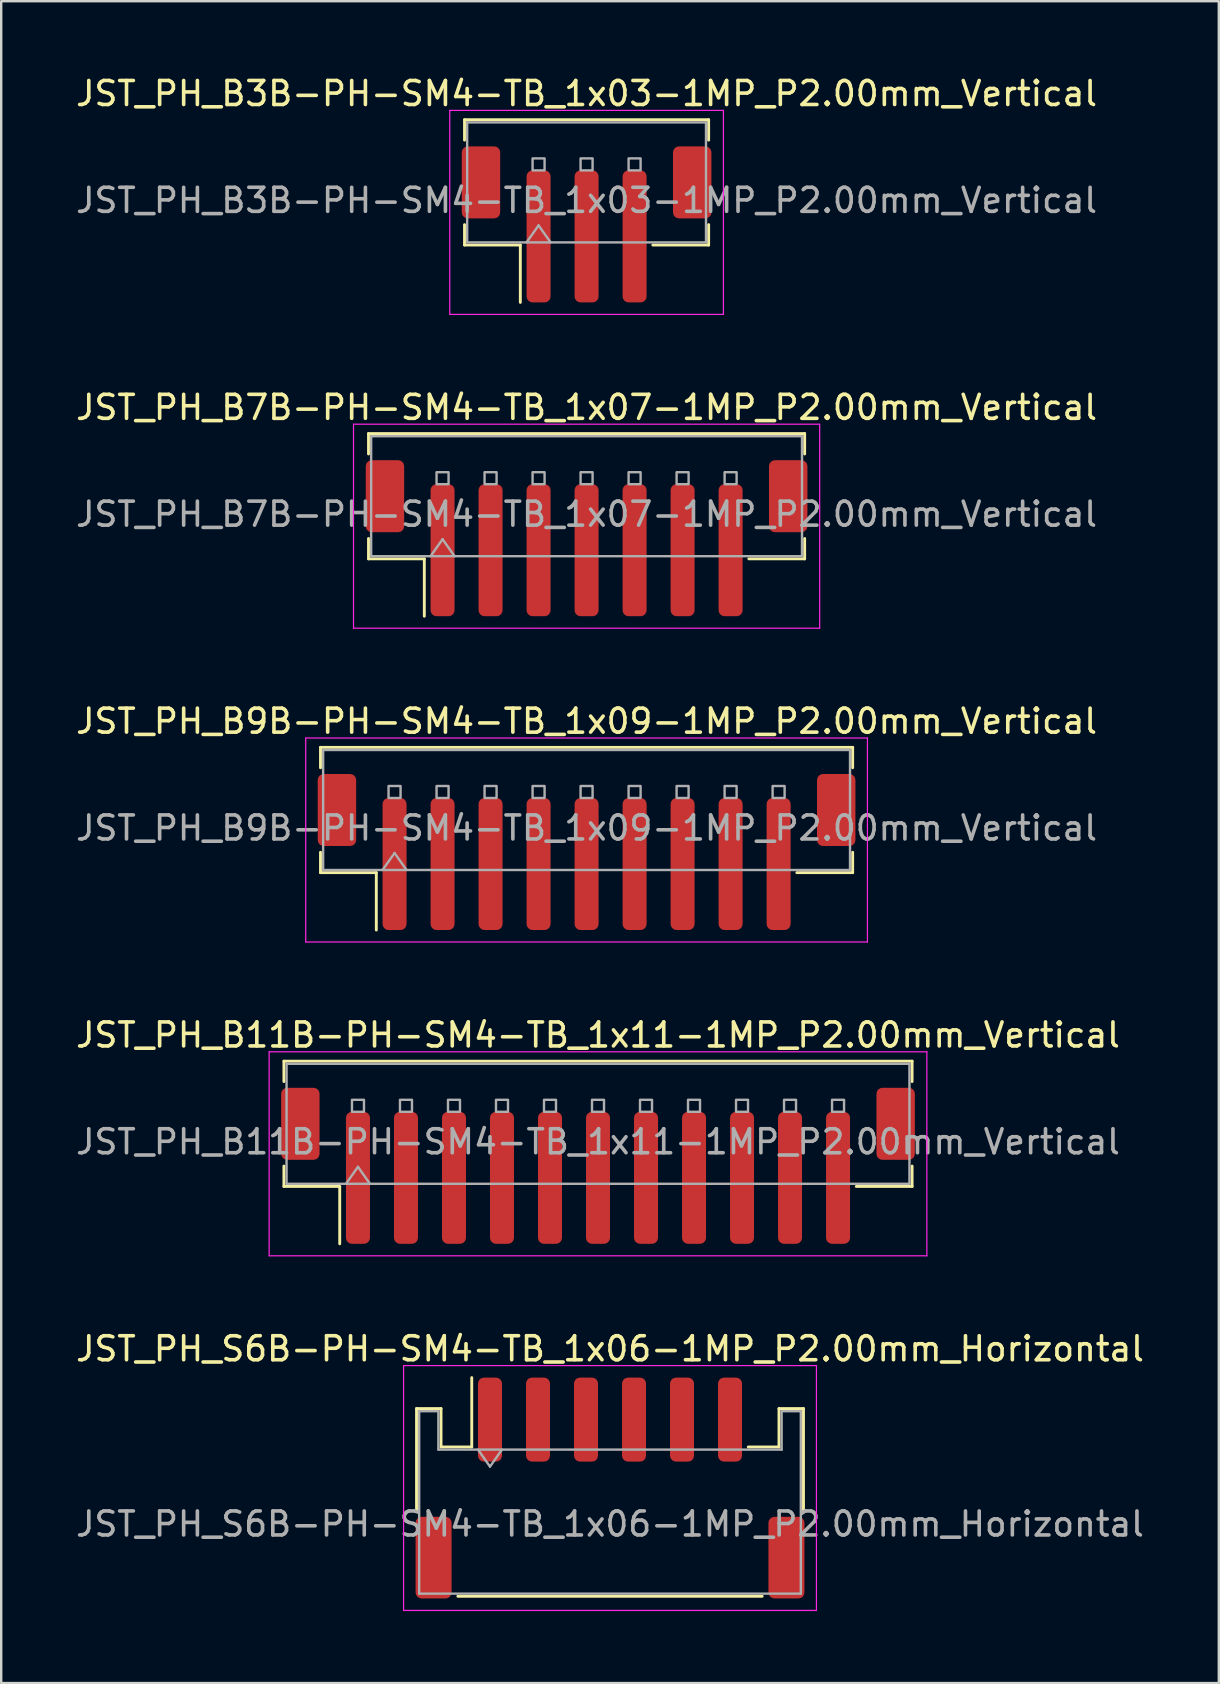
<source format=kicad_pcb>
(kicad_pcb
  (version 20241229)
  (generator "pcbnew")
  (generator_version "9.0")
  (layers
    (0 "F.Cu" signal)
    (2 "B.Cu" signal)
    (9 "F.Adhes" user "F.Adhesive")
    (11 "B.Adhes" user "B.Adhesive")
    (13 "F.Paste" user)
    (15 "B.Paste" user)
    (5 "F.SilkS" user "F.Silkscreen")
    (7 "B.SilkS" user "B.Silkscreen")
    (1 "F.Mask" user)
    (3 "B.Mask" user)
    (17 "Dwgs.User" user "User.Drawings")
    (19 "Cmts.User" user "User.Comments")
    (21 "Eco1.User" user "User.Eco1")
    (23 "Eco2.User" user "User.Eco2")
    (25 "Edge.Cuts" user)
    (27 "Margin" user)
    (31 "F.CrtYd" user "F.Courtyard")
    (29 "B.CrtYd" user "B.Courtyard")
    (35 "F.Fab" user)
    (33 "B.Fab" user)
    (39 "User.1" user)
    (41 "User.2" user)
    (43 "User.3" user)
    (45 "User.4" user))
  (footprint "JST_PH_B3B-PH-SM4-TB_1x03-1MP_P2.00mm_Vertical"
    (layer "F.Cu")
    (at 21.387 6.298)
    (property "Reference" "JST_PH_B3B-PH-SM4-TB_1x03-1MP_P2.00mm_Vertical" (at 0 -5.45 0) (layer "F.SilkS") (effects (font (size 1 1) (thickness 0.15))))
    (attr smd)
    (fp_line (start -5.085 -4.36) (end 5.085 -4.36) (stroke (width 0.12) (type solid)) (layer "F.SilkS"))
    (fp_line (start -5.085 -3.51) (end -5.085 -4.36) (stroke (width 0.12) (type solid)) (layer "F.SilkS"))
    (fp_line (start -5.085 0.01) (end -5.085 0.86) (stroke (width 0.12) (type solid)) (layer "F.SilkS"))
    (fp_line (start -5.085 0.86) (end -2.76 0.86) (stroke (width 0.12) (type solid)) (layer "F.SilkS"))
    (fp_line (start -2.76 0.86) (end -2.76 3.25) (stroke (width 0.12) (type solid)) (layer "F.SilkS"))
    (fp_line (start 5.085 -4.36) (end 5.085 -3.51) (stroke (width 0.12) (type solid)) (layer "F.SilkS"))
    (fp_line (start 5.085 0.01) (end 5.085 0.86) (stroke (width 0.12) (type solid)) (layer "F.SilkS"))
    (fp_line (start 5.085 0.86) (end 2.76 0.86) (stroke (width 0.12) (type solid)) (layer "F.SilkS"))
    (fp_line (start -5.7 -4.75) (end -5.7 3.75) (stroke (width 0.05) (type solid)) (layer "F.CrtYd"))
    (fp_line (start -5.7 3.75) (end 5.7 3.75) (stroke (width 0.05) (type solid)) (layer "F.CrtYd"))
    (fp_line (start 5.7 -4.75) (end -5.7 -4.75) (stroke (width 0.05) (type solid)) (layer "F.CrtYd"))
    (fp_line (start 5.7 3.75) (end 5.7 -4.75) (stroke (width 0.05) (type solid)) (layer "F.CrtYd"))
    (fp_line (start -4.975 -4.25) (end 4.975 -4.25) (stroke (width 0.1) (type solid)) (layer "F.Fab"))
    (fp_line (start -4.975 0.75) (end -4.975 -4.25) (stroke (width 0.1) (type solid)) (layer "F.Fab"))
    (fp_line (start -4.975 0.75) (end 4.975 0.75) (stroke (width 0.1) (type solid)) (layer "F.Fab"))
    (fp_line (start -2.5 0.75) (end -2 0.043) (stroke (width 0.1) (type solid)) (layer "F.Fab"))
    (fp_line (start -2 0.043) (end -1.5 0.75) (stroke (width 0.1) (type solid)) (layer "F.Fab"))
    (fp_line (start 4.975 0.75) (end 4.975 -4.25) (stroke (width 0.1) (type solid)) (layer "F.Fab"))
    (fp_rect (start -2.25 -2.75) (end -1.75 -2.25) (stroke (width 0.1) (type solid)) (fill no) (layer "F.Fab"))
    (fp_rect (start -0.25 -2.75) (end 0.25 -2.25) (stroke (width 0.1) (type solid)) (fill no) (layer "F.Fab"))
    (fp_rect (start 1.75 -2.75) (end 2.25 -2.25) (stroke (width 0.1) (type solid)) (fill no) (layer "F.Fab"))
    (fp_text user "${REFERENCE}" (at 0 -1 0) (layer "F.Fab") (effects (font (size 1 1) (thickness 0.15))))
    (pad "1" smd roundrect (at -2 0.5) (size 1 5.5) (layers "F.Cu" "F.Mask" "F.Paste") (roundrect_rratio 0.25))
    (pad "2" smd roundrect (at 0 0.5) (size 1 5.5) (layers "F.Cu" "F.Mask" "F.Paste") (roundrect_rratio 0.25))
    (pad "3" smd roundrect (at 2 0.5) (size 1 5.5) (layers "F.Cu" "F.Mask" "F.Paste") (roundrect_rratio 0.25))
    (pad "MP" smd roundrect (at -4.4 -1.75) (size 1.6 3) (layers "F.Cu" "F.Mask" "F.Paste") (roundrect_rratio 0.156))
    (pad "MP" smd roundrect (at 4.4 -1.75) (size 1.6 3) (layers "F.Cu" "F.Mask" "F.Paste") (roundrect_rratio 0.156)))
  (footprint "JST_PH_B9B-PH-SM4-TB_1x09-1MP_P2.00mm_Vertical"
    (layer "F.Cu")
    (at 21.387 32.445)
    (property "Reference" "JST_PH_B9B-PH-SM4-TB_1x09-1MP_P2.00mm_Vertical" (at 0 -5.45 0) (layer "F.SilkS") (effects (font (size 1 1) (thickness 0.15))))
    (attr smd)
    (fp_line (start -11.085 -4.36) (end 11.085 -4.36) (stroke (width 0.12) (type solid)) (layer "F.SilkS"))
    (fp_line (start -11.085 -3.51) (end -11.085 -4.36) (stroke (width 0.12) (type solid)) (layer "F.SilkS"))
    (fp_line (start -11.085 0.01) (end -11.085 0.86) (stroke (width 0.12) (type solid)) (layer "F.SilkS"))
    (fp_line (start -11.085 0.86) (end -8.76 0.86) (stroke (width 0.12) (type solid)) (layer "F.SilkS"))
    (fp_line (start -8.76 0.86) (end -8.76 3.25) (stroke (width 0.12) (type solid)) (layer "F.SilkS"))
    (fp_line (start 11.085 -4.36) (end 11.085 -3.51) (stroke (width 0.12) (type solid)) (layer "F.SilkS"))
    (fp_line (start 11.085 0.01) (end 11.085 0.86) (stroke (width 0.12) (type solid)) (layer "F.SilkS"))
    (fp_line (start 11.085 0.86) (end 8.76 0.86) (stroke (width 0.12) (type solid)) (layer "F.SilkS"))
    (fp_line (start -11.7 -4.75) (end -11.7 3.75) (stroke (width 0.05) (type solid)) (layer "F.CrtYd"))
    (fp_line (start -11.7 3.75) (end 11.7 3.75) (stroke (width 0.05) (type solid)) (layer "F.CrtYd"))
    (fp_line (start 11.7 -4.75) (end -11.7 -4.75) (stroke (width 0.05) (type solid)) (layer "F.CrtYd"))
    (fp_line (start 11.7 3.75) (end 11.7 -4.75) (stroke (width 0.05) (type solid)) (layer "F.CrtYd"))
    (fp_line (start -10.975 -4.25) (end 10.975 -4.25) (stroke (width 0.1) (type solid)) (layer "F.Fab"))
    (fp_line (start -10.975 0.75) (end -10.975 -4.25) (stroke (width 0.1) (type solid)) (layer "F.Fab"))
    (fp_line (start -10.975 0.75) (end 10.975 0.75) (stroke (width 0.1) (type solid)) (layer "F.Fab"))
    (fp_line (start -8.5 0.75) (end -8 0.043) (stroke (width 0.1) (type solid)) (layer "F.Fab"))
    (fp_line (start -8 0.043) (end -7.5 0.75) (stroke (width 0.1) (type solid)) (layer "F.Fab"))
    (fp_line (start 10.975 0.75) (end 10.975 -4.25) (stroke (width 0.1) (type solid)) (layer "F.Fab"))
    (fp_rect (start -8.25 -2.75) (end -7.75 -2.25) (stroke (width 0.1) (type solid)) (fill no) (layer "F.Fab"))
    (fp_rect (start -6.25 -2.75) (end -5.75 -2.25) (stroke (width 0.1) (type solid)) (fill no) (layer "F.Fab"))
    (fp_rect (start -4.25 -2.75) (end -3.75 -2.25) (stroke (width 0.1) (type solid)) (fill no) (layer "F.Fab"))
    (fp_rect (start -2.25 -2.75) (end -1.75 -2.25) (stroke (width 0.1) (type solid)) (fill no) (layer "F.Fab"))
    (fp_rect (start -0.25 -2.75) (end 0.25 -2.25) (stroke (width 0.1) (type solid)) (fill no) (layer "F.Fab"))
    (fp_rect (start 1.75 -2.75) (end 2.25 -2.25) (stroke (width 0.1) (type solid)) (fill no) (layer "F.Fab"))
    (fp_rect (start 3.75 -2.75) (end 4.25 -2.25) (stroke (width 0.1) (type solid)) (fill no) (layer "F.Fab"))
    (fp_rect (start 5.75 -2.75) (end 6.25 -2.25) (stroke (width 0.1) (type solid)) (fill no) (layer "F.Fab"))
    (fp_rect (start 7.75 -2.75) (end 8.25 -2.25) (stroke (width 0.1) (type solid)) (fill no) (layer "F.Fab"))
    (fp_text user "${REFERENCE}" (at 0 -1 0) (layer "F.Fab") (effects (font (size 1 1) (thickness 0.15))))
    (pad "1" smd roundrect (at -8 0.5) (size 1 5.5) (layers "F.Cu" "F.Mask" "F.Paste") (roundrect_rratio 0.25))
    (pad "2" smd roundrect (at -6 0.5) (size 1 5.5) (layers "F.Cu" "F.Mask" "F.Paste") (roundrect_rratio 0.25))
    (pad "3" smd roundrect (at -4 0.5) (size 1 5.5) (layers "F.Cu" "F.Mask" "F.Paste") (roundrect_rratio 0.25))
    (pad "4" smd roundrect (at -2 0.5) (size 1 5.5) (layers "F.Cu" "F.Mask" "F.Paste") (roundrect_rratio 0.25))
    (pad "5" smd roundrect (at 0 0.5) (size 1 5.5) (layers "F.Cu" "F.Mask" "F.Paste") (roundrect_rratio 0.25))
    (pad "6" smd roundrect (at 2 0.5) (size 1 5.5) (layers "F.Cu" "F.Mask" "F.Paste") (roundrect_rratio 0.25))
    (pad "7" smd roundrect (at 4 0.5) (size 1 5.5) (layers "F.Cu" "F.Mask" "F.Paste") (roundrect_rratio 0.25))
    (pad "8" smd roundrect (at 6 0.5) (size 1 5.5) (layers "F.Cu" "F.Mask" "F.Paste") (roundrect_rratio 0.25))
    (pad "9" smd roundrect (at 8 0.5) (size 1 5.5) (layers "F.Cu" "F.Mask" "F.Paste") (roundrect_rratio 0.25))
    (pad "MP" smd roundrect (at -10.4 -1.75) (size 1.6 3) (layers "F.Cu" "F.Mask" "F.Paste") (roundrect_rratio 0.156))
    (pad "MP" smd roundrect (at 10.4 -1.75) (size 1.6 3) (layers "F.Cu" "F.Mask" "F.Paste") (roundrect_rratio 0.156)))
  (footprint "JST_PH_S6B-PH-SM4-TB_1x06-1MP_P2.00mm_Horizontal"
    (layer "F.Cu")
    (at 22.363 58.941)
    (property "Reference" "JST_PH_S6B-PH-SM4-TB_1x06-1MP_P2.00mm_Horizontal" (at 0 -5.8 0) (layer "F.SilkS") (effects (font (size 1 1) (thickness 0.15))))
    (attr smd)
    (fp_line (start -8.06 -3.31) (end -7.04 -3.31) (stroke (width 0.12) (type solid)) (layer "F.SilkS"))
    (fp_line (start -8.06 0.94) (end -8.06 -3.31) (stroke (width 0.12) (type solid)) (layer "F.SilkS"))
    (fp_line (start -7.04 -3.31) (end -7.04 -1.71) (stroke (width 0.12) (type solid)) (layer "F.SilkS"))
    (fp_line (start -7.04 -1.71) (end -5.76 -1.71) (stroke (width 0.12) (type solid)) (layer "F.SilkS"))
    (fp_line (start -6.34 4.51) (end 6.34 4.51) (stroke (width 0.12) (type solid)) (layer "F.SilkS"))
    (fp_line (start -5.76 -1.71) (end -5.76 -4.6) (stroke (width 0.12) (type solid)) (layer "F.SilkS"))
    (fp_line (start 7.04 -3.31) (end 7.04 -1.71) (stroke (width 0.12) (type solid)) (layer "F.SilkS"))
    (fp_line (start 7.04 -1.71) (end 5.76 -1.71) (stroke (width 0.12) (type solid)) (layer "F.SilkS"))
    (fp_line (start 8.06 -3.31) (end 7.04 -3.31) (stroke (width 0.12) (type solid)) (layer "F.SilkS"))
    (fp_line (start 8.06 0.94) (end 8.06 -3.31) (stroke (width 0.12) (type solid)) (layer "F.SilkS"))
    (fp_line (start -8.6 -5.1) (end -8.6 5.1) (stroke (width 0.05) (type solid)) (layer "F.CrtYd"))
    (fp_line (start -8.6 5.1) (end 8.6 5.1) (stroke (width 0.05) (type solid)) (layer "F.CrtYd"))
    (fp_line (start 8.6 -5.1) (end -8.6 -5.1) (stroke (width 0.05) (type solid)) (layer "F.CrtYd"))
    (fp_line (start 8.6 5.1) (end 8.6 -5.1) (stroke (width 0.05) (type solid)) (layer "F.CrtYd"))
    (fp_line (start -7.95 -3.2) (end -7.95 4.4) (stroke (width 0.1) (type solid)) (layer "F.Fab"))
    (fp_line (start -7.95 -3.2) (end -7.15 -3.2) (stroke (width 0.1) (type solid)) (layer "F.Fab"))
    (fp_line (start -7.95 4.4) (end 7.95 4.4) (stroke (width 0.1) (type solid)) (layer "F.Fab"))
    (fp_line (start -7.15 -3.2) (end -7.15 -1.6) (stroke (width 0.1) (type solid)) (layer "F.Fab"))
    (fp_line (start -7.15 -1.6) (end 7.15 -1.6) (stroke (width 0.1) (type solid)) (layer "F.Fab"))
    (fp_line (start -5.5 -1.6) (end -5 -0.893) (stroke (width 0.1) (type solid)) (layer "F.Fab"))
    (fp_line (start -5 -0.893) (end -4.5 -1.6) (stroke (width 0.1) (type solid)) (layer "F.Fab"))
    (fp_line (start 7.15 -3.2) (end 7.95 -3.2) (stroke (width 0.1) (type solid)) (layer "F.Fab"))
    (fp_line (start 7.15 -1.6) (end 7.15 -3.2) (stroke (width 0.1) (type solid)) (layer "F.Fab"))
    (fp_line (start 7.95 -3.2) (end 7.95 4.4) (stroke (width 0.1) (type solid)) (layer "F.Fab"))
    (fp_text user "${REFERENCE}" (at 0 1.5 0) (layer "F.Fab") (effects (font (size 1 1) (thickness 0.15))))
    (pad "1" smd roundrect (at -5 -2.85) (size 1 3.5) (layers "F.Cu" "F.Mask" "F.Paste") (roundrect_rratio 0.25))
    (pad "2" smd roundrect (at -3 -2.85) (size 1 3.5) (layers "F.Cu" "F.Mask" "F.Paste") (roundrect_rratio 0.25))
    (pad "3" smd roundrect (at -1 -2.85) (size 1 3.5) (layers "F.Cu" "F.Mask" "F.Paste") (roundrect_rratio 0.25))
    (pad "4" smd roundrect (at 1 -2.85) (size 1 3.5) (layers "F.Cu" "F.Mask" "F.Paste") (roundrect_rratio 0.25))
    (pad "5" smd roundrect (at 3 -2.85) (size 1 3.5) (layers "F.Cu" "F.Mask" "F.Paste") (roundrect_rratio 0.25))
    (pad "6" smd roundrect (at 5 -2.85) (size 1 3.5) (layers "F.Cu" "F.Mask" "F.Paste") (roundrect_rratio 0.25))
    (pad "MP" smd roundrect (at -7.35 2.9) (size 1.5 3.4) (layers "F.Cu" "F.Mask" "F.Paste") (roundrect_rratio 0.167))
    (pad "MP" smd roundrect (at 7.35 2.9) (size 1.5 3.4) (layers "F.Cu" "F.Mask" "F.Paste") (roundrect_rratio 0.167)))
  (footprint "JST_PH_B7B-PH-SM4-TB_1x07-1MP_P2.00mm_Vertical"
    (layer "F.Cu")
    (at 21.387 19.372)
    (property "Reference" "JST_PH_B7B-PH-SM4-TB_1x07-1MP_P2.00mm_Vertical" (at 0 -5.45 0) (layer "F.SilkS") (effects (font (size 1 1) (thickness 0.15))))
    (attr smd)
    (fp_line (start -9.085 -4.36) (end 9.085 -4.36) (stroke (width 0.12) (type solid)) (layer "F.SilkS"))
    (fp_line (start -9.085 -3.51) (end -9.085 -4.36) (stroke (width 0.12) (type solid)) (layer "F.SilkS"))
    (fp_line (start -9.085 0.01) (end -9.085 0.86) (stroke (width 0.12) (type solid)) (layer "F.SilkS"))
    (fp_line (start -9.085 0.86) (end -6.76 0.86) (stroke (width 0.12) (type solid)) (layer "F.SilkS"))
    (fp_line (start -6.76 0.86) (end -6.76 3.25) (stroke (width 0.12) (type solid)) (layer "F.SilkS"))
    (fp_line (start 9.085 -4.36) (end 9.085 -3.51) (stroke (width 0.12) (type solid)) (layer "F.SilkS"))
    (fp_line (start 9.085 0.01) (end 9.085 0.86) (stroke (width 0.12) (type solid)) (layer "F.SilkS"))
    (fp_line (start 9.085 0.86) (end 6.76 0.86) (stroke (width 0.12) (type solid)) (layer "F.SilkS"))
    (fp_line (start -9.71 -4.75) (end -9.71 3.75) (stroke (width 0.05) (type solid)) (layer "F.CrtYd"))
    (fp_line (start -9.71 3.75) (end 9.71 3.75) (stroke (width 0.05) (type solid)) (layer "F.CrtYd"))
    (fp_line (start 9.71 -4.75) (end -9.71 -4.75) (stroke (width 0.05) (type solid)) (layer "F.CrtYd"))
    (fp_line (start 9.71 3.75) (end 9.71 -4.75) (stroke (width 0.05) (type solid)) (layer "F.CrtYd"))
    (fp_line (start -8.975 -4.25) (end 8.975 -4.25) (stroke (width 0.1) (type solid)) (layer "F.Fab"))
    (fp_line (start -8.975 0.75) (end -8.975 -4.25) (stroke (width 0.1) (type solid)) (layer "F.Fab"))
    (fp_line (start -8.975 0.75) (end 8.975 0.75) (stroke (width 0.1) (type solid)) (layer "F.Fab"))
    (fp_line (start -6.5 0.75) (end -6 0.043) (stroke (width 0.1) (type solid)) (layer "F.Fab"))
    (fp_line (start -6 0.043) (end -5.5 0.75) (stroke (width 0.1) (type solid)) (layer "F.Fab"))
    (fp_line (start 8.975 0.75) (end 8.975 -4.25) (stroke (width 0.1) (type solid)) (layer "F.Fab"))
    (fp_rect (start -6.25 -2.75) (end -5.75 -2.25) (stroke (width 0.1) (type solid)) (fill no) (layer "F.Fab"))
    (fp_rect (start -4.25 -2.75) (end -3.75 -2.25) (stroke (width 0.1) (type solid)) (fill no) (layer "F.Fab"))
    (fp_rect (start -2.25 -2.75) (end -1.75 -2.25) (stroke (width 0.1) (type solid)) (fill no) (layer "F.Fab"))
    (fp_rect (start -0.25 -2.75) (end 0.25 -2.25) (stroke (width 0.1) (type solid)) (fill no) (layer "F.Fab"))
    (fp_rect (start 1.75 -2.75) (end 2.25 -2.25) (stroke (width 0.1) (type solid)) (fill no) (layer "F.Fab"))
    (fp_rect (start 3.75 -2.75) (end 4.25 -2.25) (stroke (width 0.1) (type solid)) (fill no) (layer "F.Fab"))
    (fp_rect (start 5.75 -2.75) (end 6.25 -2.25) (stroke (width 0.1) (type solid)) (fill no) (layer "F.Fab"))
    (fp_text user "${REFERENCE}" (at 0 -1 0) (layer "F.Fab") (effects (font (size 1 1) (thickness 0.15))))
    (pad "1" smd roundrect (at -6 0.5) (size 1 5.5) (layers "F.Cu" "F.Mask" "F.Paste") (roundrect_rratio 0.25))
    (pad "2" smd roundrect (at -4 0.5) (size 1 5.5) (layers "F.Cu" "F.Mask" "F.Paste") (roundrect_rratio 0.25))
    (pad "3" smd roundrect (at -2 0.5) (size 1 5.5) (layers "F.Cu" "F.Mask" "F.Paste") (roundrect_rratio 0.25))
    (pad "4" smd roundrect (at 0 0.5) (size 1 5.5) (layers "F.Cu" "F.Mask" "F.Paste") (roundrect_rratio 0.25))
    (pad "5" smd roundrect (at 2 0.5) (size 1 5.5) (layers "F.Cu" "F.Mask" "F.Paste") (roundrect_rratio 0.25))
    (pad "6" smd roundrect (at 4 0.5) (size 1 5.5) (layers "F.Cu" "F.Mask" "F.Paste") (roundrect_rratio 0.25))
    (pad "7" smd roundrect (at 6 0.5) (size 1 5.5) (layers "F.Cu" "F.Mask" "F.Paste") (roundrect_rratio 0.25))
    (pad "MP" smd roundrect (at -8.4 -1.75) (size 1.6 3) (layers "F.Cu" "F.Mask" "F.Paste") (roundrect_rratio 0.156))
    (pad "MP" smd roundrect (at 8.4 -1.75) (size 1.6 3) (layers "F.Cu" "F.Mask" "F.Paste") (roundrect_rratio 0.156)))
  (footprint "JST_PH_B11B-PH-SM4-TB_1x11-1MP_P2.00mm_Vertical"
    (layer "F.Cu")
    (at 21.863 45.518)
    (property "Reference" "JST_PH_B11B-PH-SM4-TB_1x11-1MP_P2.00mm_Vertical" (at 0 -5.45 0) (layer "F.SilkS") (effects (font (size 1 1) (thickness 0.15))))
    (attr smd)
    (fp_line (start -13.085 -4.36) (end 13.085 -4.36) (stroke (width 0.12) (type solid)) (layer "F.SilkS"))
    (fp_line (start -13.085 -3.51) (end -13.085 -4.36) (stroke (width 0.12) (type solid)) (layer "F.SilkS"))
    (fp_line (start -13.085 0.01) (end -13.085 0.86) (stroke (width 0.12) (type solid)) (layer "F.SilkS"))
    (fp_line (start -13.085 0.86) (end -10.76 0.86) (stroke (width 0.12) (type solid)) (layer "F.SilkS"))
    (fp_line (start -10.76 0.86) (end -10.76 3.25) (stroke (width 0.12) (type solid)) (layer "F.SilkS"))
    (fp_line (start 13.085 -4.36) (end 13.085 -3.51) (stroke (width 0.12) (type solid)) (layer "F.SilkS"))
    (fp_line (start 13.085 0.01) (end 13.085 0.86) (stroke (width 0.12) (type solid)) (layer "F.SilkS"))
    (fp_line (start 13.085 0.86) (end 10.76 0.86) (stroke (width 0.12) (type solid)) (layer "F.SilkS"))
    (fp_line (start -13.7 -4.75) (end -13.7 3.75) (stroke (width 0.05) (type solid)) (layer "F.CrtYd"))
    (fp_line (start -13.7 3.75) (end 13.7 3.75) (stroke (width 0.05) (type solid)) (layer "F.CrtYd"))
    (fp_line (start 13.7 -4.75) (end -13.7 -4.75) (stroke (width 0.05) (type solid)) (layer "F.CrtYd"))
    (fp_line (start 13.7 3.75) (end 13.7 -4.75) (stroke (width 0.05) (type solid)) (layer "F.CrtYd"))
    (fp_line (start -12.975 -4.25) (end 12.975 -4.25) (stroke (width 0.1) (type solid)) (layer "F.Fab"))
    (fp_line (start -12.975 0.75) (end -12.975 -4.25) (stroke (width 0.1) (type solid)) (layer "F.Fab"))
    (fp_line (start -12.975 0.75) (end 12.975 0.75) (stroke (width 0.1) (type solid)) (layer "F.Fab"))
    (fp_line (start -10.5 0.75) (end -10 0.043) (stroke (width 0.1) (type solid)) (layer "F.Fab"))
    (fp_line (start -10 0.043) (end -9.5 0.75) (stroke (width 0.1) (type solid)) (layer "F.Fab"))
    (fp_line (start 12.975 0.75) (end 12.975 -4.25) (stroke (width 0.1) (type solid)) (layer "F.Fab"))
    (fp_rect (start -10.25 -2.75) (end -9.75 -2.25) (stroke (width 0.1) (type solid)) (fill no) (layer "F.Fab"))
    (fp_rect (start -8.25 -2.75) (end -7.75 -2.25) (stroke (width 0.1) (type solid)) (fill no) (layer "F.Fab"))
    (fp_rect (start -6.25 -2.75) (end -5.75 -2.25) (stroke (width 0.1) (type solid)) (fill no) (layer "F.Fab"))
    (fp_rect (start -4.25 -2.75) (end -3.75 -2.25) (stroke (width 0.1) (type solid)) (fill no) (layer "F.Fab"))
    (fp_rect (start -2.25 -2.75) (end -1.75 -2.25) (stroke (width 0.1) (type solid)) (fill no) (layer "F.Fab"))
    (fp_rect (start -0.25 -2.75) (end 0.25 -2.25) (stroke (width 0.1) (type solid)) (fill no) (layer "F.Fab"))
    (fp_rect (start 1.75 -2.75) (end 2.25 -2.25) (stroke (width 0.1) (type solid)) (fill no) (layer "F.Fab"))
    (fp_rect (start 3.75 -2.75) (end 4.25 -2.25) (stroke (width 0.1) (type solid)) (fill no) (layer "F.Fab"))
    (fp_rect (start 5.75 -2.75) (end 6.25 -2.25) (stroke (width 0.1) (type solid)) (fill no) (layer "F.Fab"))
    (fp_rect (start 7.75 -2.75) (end 8.25 -2.25) (stroke (width 0.1) (type solid)) (fill no) (layer "F.Fab"))
    (fp_rect (start 9.75 -2.75) (end 10.25 -2.25) (stroke (width 0.1) (type solid)) (fill no) (layer "F.Fab"))
    (fp_text user "${REFERENCE}" (at 0 -1 0) (layer "F.Fab") (effects (font (size 1 1) (thickness 0.15))))
    (pad "1" smd roundrect (at -10 0.5) (size 1 5.5) (layers "F.Cu" "F.Mask" "F.Paste") (roundrect_rratio 0.25))
    (pad "2" smd roundrect (at -8 0.5) (size 1 5.5) (layers "F.Cu" "F.Mask" "F.Paste") (roundrect_rratio 0.25))
    (pad "3" smd roundrect (at -6 0.5) (size 1 5.5) (layers "F.Cu" "F.Mask" "F.Paste") (roundrect_rratio 0.25))
    (pad "4" smd roundrect (at -4 0.5) (size 1 5.5) (layers "F.Cu" "F.Mask" "F.Paste") (roundrect_rratio 0.25))
    (pad "5" smd roundrect (at -2 0.5) (size 1 5.5) (layers "F.Cu" "F.Mask" "F.Paste") (roundrect_rratio 0.25))
    (pad "6" smd roundrect (at 0 0.5) (size 1 5.5) (layers "F.Cu" "F.Mask" "F.Paste") (roundrect_rratio 0.25))
    (pad "7" smd roundrect (at 2 0.5) (size 1 5.5) (layers "F.Cu" "F.Mask" "F.Paste") (roundrect_rratio 0.25))
    (pad "8" smd roundrect (at 4 0.5) (size 1 5.5) (layers "F.Cu" "F.Mask" "F.Paste") (roundrect_rratio 0.25))
    (pad "9" smd roundrect (at 6 0.5) (size 1 5.5) (layers "F.Cu" "F.Mask" "F.Paste") (roundrect_rratio 0.25))
    (pad "10" smd roundrect (at 8 0.5) (size 1 5.5) (layers "F.Cu" "F.Mask" "F.Paste") (roundrect_rratio 0.25))
    (pad "11" smd roundrect (at 10 0.5) (size 1 5.5) (layers "F.Cu" "F.Mask" "F.Paste") (roundrect_rratio 0.25))
    (pad "MP" smd roundrect (at -12.4 -1.75) (size 1.6 3) (layers "F.Cu" "F.Mask" "F.Paste") (roundrect_rratio 0.156))
    (pad "MP" smd roundrect (at 12.4 -1.75) (size 1.6 3) (layers "F.Cu" "F.Mask" "F.Paste") (roundrect_rratio 0.156)))
  (gr_rect
    (start -3 -3)
    (end 47.726 67.066)
    (stroke (width 0.1) (type default))
    (fill no)
    (layer "Edge.Cuts")))
</source>
